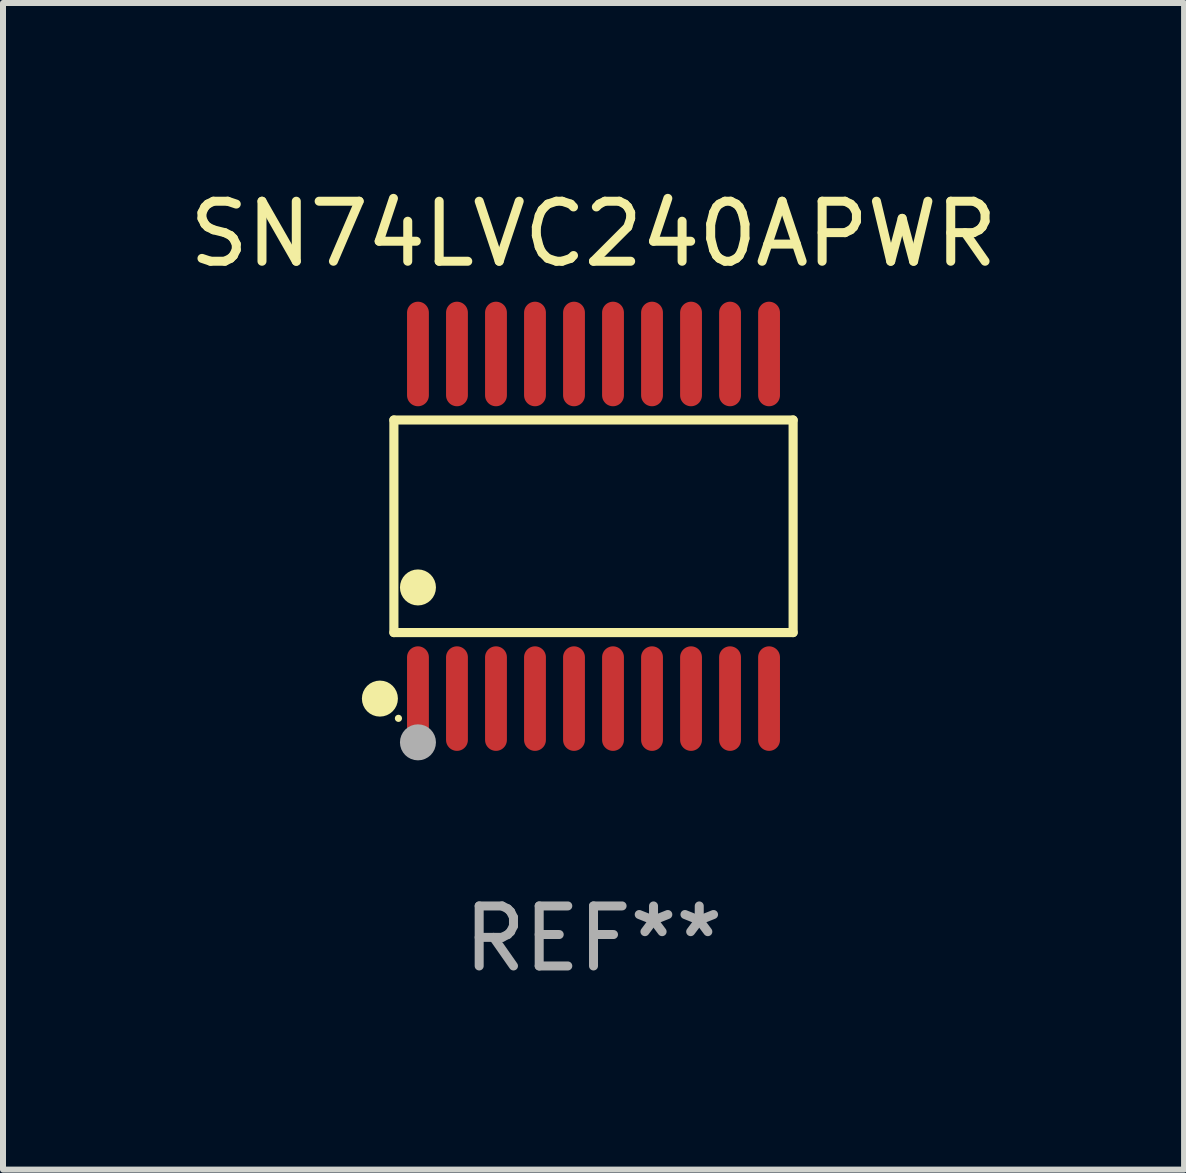
<source format=kicad_pcb>
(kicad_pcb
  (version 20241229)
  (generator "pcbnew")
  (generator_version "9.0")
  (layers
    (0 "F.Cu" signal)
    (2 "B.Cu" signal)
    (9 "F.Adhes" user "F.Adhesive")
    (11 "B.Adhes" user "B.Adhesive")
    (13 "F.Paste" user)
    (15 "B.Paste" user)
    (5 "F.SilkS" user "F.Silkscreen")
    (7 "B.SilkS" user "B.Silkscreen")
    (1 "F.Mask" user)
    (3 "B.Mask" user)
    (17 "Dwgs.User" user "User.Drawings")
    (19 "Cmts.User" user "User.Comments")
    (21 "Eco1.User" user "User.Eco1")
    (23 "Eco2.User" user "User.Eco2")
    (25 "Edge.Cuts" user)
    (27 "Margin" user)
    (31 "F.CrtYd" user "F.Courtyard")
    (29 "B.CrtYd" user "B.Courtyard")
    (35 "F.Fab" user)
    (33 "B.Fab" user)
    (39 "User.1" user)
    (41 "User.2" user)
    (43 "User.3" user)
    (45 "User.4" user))
  (footprint "SN74LVC240APWR"
    (layer "F.Cu")
    (at 6.839 5.719)
    (property "Reference" "SN74LVC240APWR" (at 0 -4.871 0) (layer "F.SilkS") (effects (font (size 1 1) (thickness 0.15))))
    (attr through_hole)
    (fp_line (start -3.326 -1.771) (end 3.326 -1.771) (stroke (width 0.152) (type solid)) (layer "F.SilkS"))
    (fp_line (start -3.326 1.771) (end -3.326 -1.771) (stroke (width 0.152) (type solid)) (layer "F.SilkS"))
    (fp_line (start 3.326 -1.771) (end 3.326 1.771) (stroke (width 0.152) (type solid)) (layer "F.SilkS"))
    (fp_line (start 3.326 1.771) (end -3.326 1.771) (stroke (width 0.152) (type solid)) (layer "F.SilkS"))
    (fp_circle (center -3.559 2.871) (end -3.409 2.871) (stroke (width 0.3) (type solid)) (fill no) (layer "F.SilkS"))
    (fp_circle (center -3.25 3.2) (end -3.22 3.2) (stroke (width 0.06) (type solid)) (fill no) (layer "F.SilkS"))
    (fp_circle (center -2.925 1.019) (end -2.775 1.019) (stroke (width 0.3) (type solid)) (fill no) (layer "F.SilkS"))
    (fp_circle (center -2.925 3.6) (end -2.775 3.6) (stroke (width 0.3) (type solid)) (fill no) (layer "F.Fab"))
    (fp_text user "REF**" (at 0 6.871 0) (layer "F.Fab") (effects (font (size 1 1) (thickness 0.15))))
    (pad "1" smd oval (at -2.925 2.871) (size 0.364 1.742) (layers "F.Cu" "F.Mask" "F.Paste"))
    (pad "2" smd oval (at -2.275 2.871) (size 0.364 1.742) (layers "F.Cu" "F.Mask" "F.Paste"))
    (pad "3" smd oval (at -1.625 2.871) (size 0.364 1.742) (layers "F.Cu" "F.Mask" "F.Paste"))
    (pad "4" smd oval (at -0.975 2.871) (size 0.364 1.742) (layers "F.Cu" "F.Mask" "F.Paste"))
    (pad "5" smd oval (at -0.325 2.871) (size 0.364 1.742) (layers "F.Cu" "F.Mask" "F.Paste"))
    (pad "6" smd oval (at 0.325 2.871) (size 0.364 1.742) (layers "F.Cu" "F.Mask" "F.Paste"))
    (pad "7" smd oval (at 0.975 2.871) (size 0.364 1.742) (layers "F.Cu" "F.Mask" "F.Paste"))
    (pad "8" smd oval (at 1.625 2.871) (size 0.364 1.742) (layers "F.Cu" "F.Mask" "F.Paste"))
    (pad "9" smd oval (at 2.275 2.871) (size 0.364 1.742) (layers "F.Cu" "F.Mask" "F.Paste"))
    (pad "10" smd oval (at 2.925 2.871) (size 0.364 1.742) (layers "F.Cu" "F.Mask" "F.Paste"))
    (pad "11" smd oval (at 2.925 -2.871) (size 0.364 1.742) (layers "F.Cu" "F.Mask" "F.Paste"))
    (pad "12" smd oval (at 2.275 -2.871) (size 0.364 1.742) (layers "F.Cu" "F.Mask" "F.Paste"))
    (pad "13" smd oval (at 1.625 -2.871) (size 0.364 1.742) (layers "F.Cu" "F.Mask" "F.Paste"))
    (pad "14" smd oval (at 0.975 -2.871) (size 0.364 1.742) (layers "F.Cu" "F.Mask" "F.Paste"))
    (pad "15" smd oval (at 0.325 -2.871) (size 0.364 1.742) (layers "F.Cu" "F.Mask" "F.Paste"))
    (pad "16" smd oval (at -0.325 -2.871) (size 0.364 1.742) (layers "F.Cu" "F.Mask" "F.Paste"))
    (pad "17" smd oval (at -0.975 -2.871) (size 0.364 1.742) (layers "F.Cu" "F.Mask" "F.Paste"))
    (pad "18" smd oval (at -1.625 -2.871) (size 0.364 1.742) (layers "F.Cu" "F.Mask" "F.Paste"))
    (pad "19" smd oval (at -2.275 -2.871) (size 0.364 1.742) (layers "F.Cu" "F.Mask" "F.Paste"))
    (pad "20" smd oval (at -2.925 -2.871) (size 0.364 1.742) (layers "F.Cu" "F.Mask" "F.Paste")))
  (gr_rect
    (start -3 -3)
    (end 16.679 16.438)
    (stroke (width 0.1) (type default))
    (fill no)
    (layer "Edge.Cuts")))
</source>
